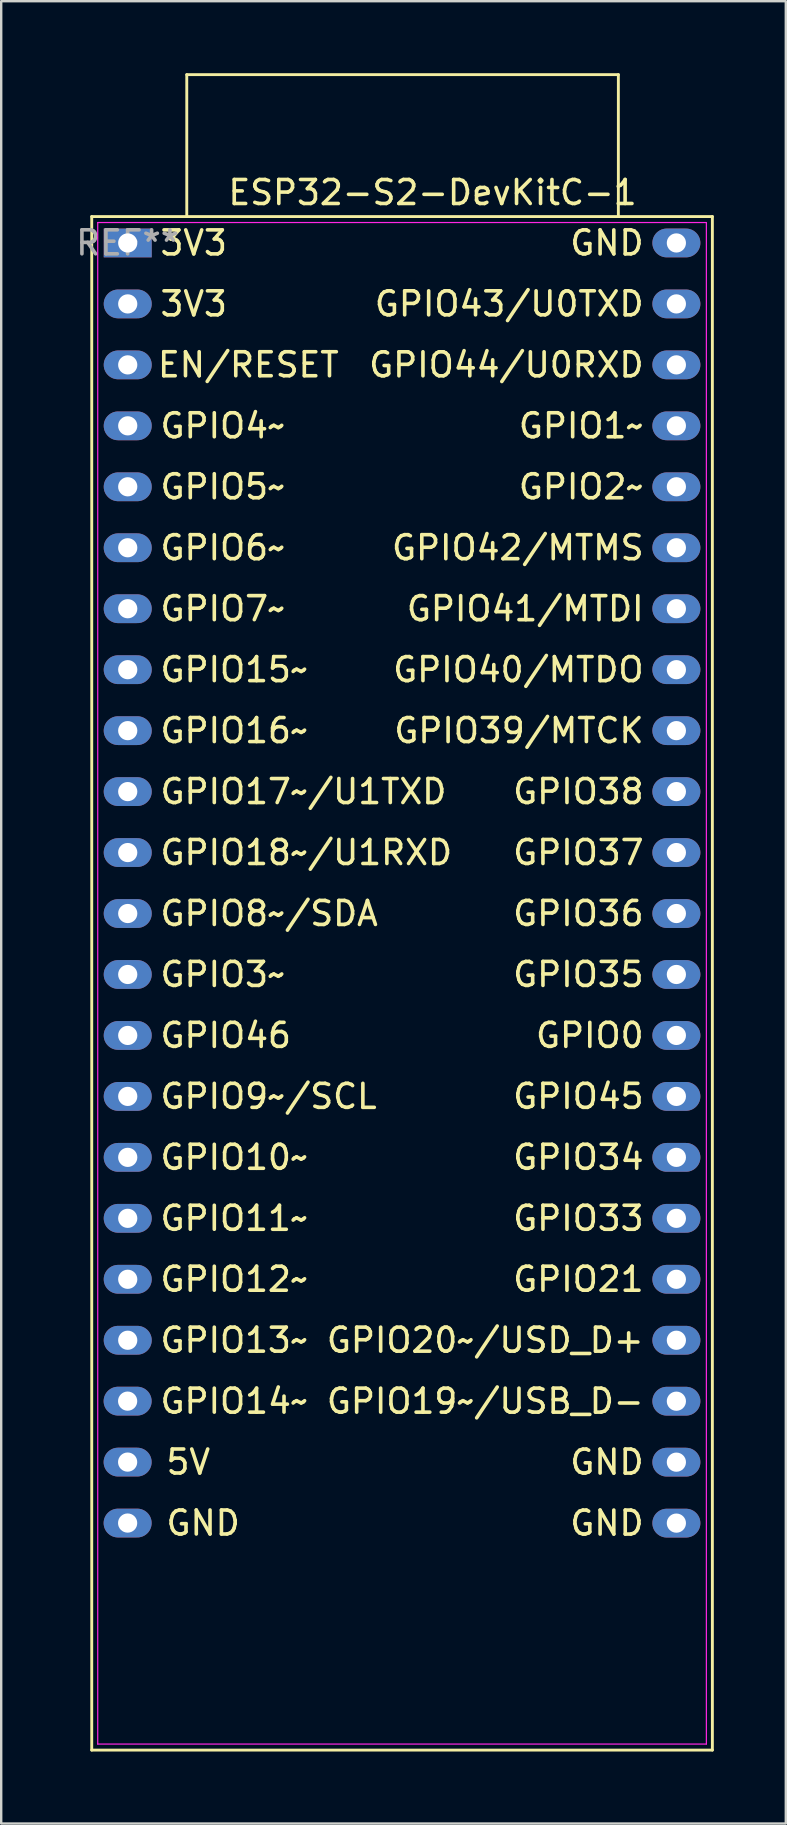
<source format=kicad_pcb>
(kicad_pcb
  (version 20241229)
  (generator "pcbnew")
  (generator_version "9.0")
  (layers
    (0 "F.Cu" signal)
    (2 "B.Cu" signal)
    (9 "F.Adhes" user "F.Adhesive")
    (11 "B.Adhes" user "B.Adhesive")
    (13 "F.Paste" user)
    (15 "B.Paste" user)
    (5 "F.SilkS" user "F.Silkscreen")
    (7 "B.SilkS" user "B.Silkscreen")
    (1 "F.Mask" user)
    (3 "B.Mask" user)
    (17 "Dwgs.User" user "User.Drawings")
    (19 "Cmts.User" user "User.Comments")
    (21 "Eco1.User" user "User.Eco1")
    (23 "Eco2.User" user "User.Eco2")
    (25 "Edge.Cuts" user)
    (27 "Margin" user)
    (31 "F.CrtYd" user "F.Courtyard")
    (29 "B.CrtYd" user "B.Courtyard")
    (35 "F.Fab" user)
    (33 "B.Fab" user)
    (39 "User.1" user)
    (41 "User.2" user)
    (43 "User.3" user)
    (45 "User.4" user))
  (footprint "ESP32-S2-DevKitC-1"
    (layer "F.Cu")
    (at 2.272 7.073)
    (property "Reference" "ESP32-S2-DevKitC-1" (at 12.7 -2.1 0) (layer "F.SilkS") (effects (font (size 1 1) (thickness 0.15))))
    (attr through_hole)
    (fp_line (start -1.5 62.797) (end 24.36 62.797) (stroke (width 0.12) (type solid)) (layer "F.SilkS"))
    (fp_line (start -1.5 -1.1) (end -1.5 62.797) (stroke (width 0.12) (type solid)) (layer "F.SilkS"))
    (fp_line (start 2.46 -7.013) (end 20.443 -7.013) (stroke (width 0.12) (type solid)) (layer "F.SilkS"))
    (fp_line (start 2.46 -1.12) (end 2.46 -7.013) (stroke (width 0.12) (type solid)) (layer "F.SilkS"))
    (fp_line (start 20.443 -7.013) (end 20.443 -1.12) (stroke (width 0.12) (type solid)) (layer "F.SilkS"))
    (fp_line (start 24.36 62.797) (end 24.36 -1.1) (stroke (width 0.12) (type solid)) (layer "F.SilkS"))
    (fp_line (start 24.36 -1.1) (end -1.5 -1.1) (stroke (width 0.12) (type solid)) (layer "F.SilkS"))
    (fp_line (start -1.25 -0.85) (end 24.11 -0.85) (stroke (width 0.05) (type solid)) (layer "F.CrtYd"))
    (fp_line (start -1.25 62.547) (end -1.25 -0.85) (stroke (width 0.05) (type solid)) (layer "F.CrtYd"))
    (fp_line (start 24.11 -0.85) (end 24.11 62.547) (stroke (width 0.05) (type solid)) (layer "F.CrtYd"))
    (fp_line (start 24.11 62.547) (end -1.25 62.547) (stroke (width 0.05) (type solid)) (layer "F.CrtYd"))
    (fp_text user "GPIO1~" (at 21.59 7.62 0) (unlocked yes) (layer "F.SilkS") (effects (font (size 1 1) (thickness 0.15)) (justify right)))
    (fp_text user "GPIO43/U0TXD" (at 21.59 2.54 0) (unlocked yes) (layer "F.SilkS") (effects (font (size 1 1) (thickness 0.15)) (justify right)))
    (fp_text user "GPIO5~" (at 1.27 10.16 0) (unlocked yes) (layer "F.SilkS") (effects (font (size 1 1) (thickness 0.15)) (justify left)))
    (fp_text user "GPIO3~" (at 1.27 30.48 0) (unlocked yes) (layer "F.SilkS") (effects (font (size 1 1) (thickness 0.15)) (justify left)))
    (fp_text user "GPIO21" (at 21.59 43.18 0) (unlocked yes) (layer "F.SilkS") (effects (font (size 1 1) (thickness 0.15)) (justify right)))
    (fp_text user "GPIO9~/SCL" (at 1.27 35.56 0) (unlocked yes) (layer "F.SilkS") (effects (font (size 1 1) (thickness 0.15)) (justify left)))
    (fp_text user "GPIO41/MTDI" (at 21.59 15.24 0) (unlocked yes) (layer "F.SilkS") (effects (font (size 1 1) (thickness 0.15)) (justify right)))
    (fp_text user "GND" (at 21.59 50.8 0) (unlocked yes) (layer "F.SilkS") (effects (font (size 1 1) (thickness 0.15)) (justify right)))
    (fp_text user "GND" (at 1.52 53.337 0) (unlocked yes) (layer "F.SilkS") (effects (font (size 1 1) (thickness 0.15)) (justify left)))
    (fp_text user "GPIO6~" (at 1.27 12.7 0) (unlocked yes) (layer "F.SilkS") (effects (font (size 1 1) (thickness 0.15)) (justify left)))
    (fp_text user "GND" (at 21.59 0 0) (unlocked yes) (layer "F.SilkS") (effects (font (size 1 1) (thickness 0.15)) (justify right)))
    (fp_text user "GPIO35" (at 21.59 30.48 0) (unlocked yes) (layer "F.SilkS") (effects (font (size 1 1) (thickness 0.15)) (justify right)))
    (fp_text user "GPIO37" (at 21.59 25.4 0) (unlocked yes) (layer "F.SilkS") (effects (font (size 1 1) (thickness 0.15)) (justify right)))
    (fp_text user "GPIO42/MTMS" (at 21.59 12.7 0) (unlocked yes) (layer "F.SilkS") (effects (font (size 1 1) (thickness 0.15)) (justify right)))
    (fp_text user "GPIO16~" (at 1.27 20.32 0) (unlocked yes) (layer "F.SilkS") (effects (font (size 1 1) (thickness 0.15)) (justify left)))
    (fp_text user "GPIO20~/USD_D+" (at 21.59 45.72 0) (unlocked yes) (layer "F.SilkS") (effects (font (size 1 1) (thickness 0.15)) (justify right)))
    (fp_text user "GPIO14~" (at 1.27 48.26 0) (unlocked yes) (layer "F.SilkS") (effects (font (size 1 1) (thickness 0.15)) (justify left)))
    (fp_text user "GPIO39/MTCK" (at 21.59 20.32 0) (unlocked yes) (layer "F.SilkS") (effects (font (size 1 1) (thickness 0.15)) (justify right)))
    (fp_text user "GPIO46" (at 1.27 33.02 0) (unlocked yes) (layer "F.SilkS") (effects (font (size 1 1) (thickness 0.15)) (justify left)))
    (fp_text user "GPIO13~" (at 1.27 45.72 0) (unlocked yes) (layer "F.SilkS") (effects (font (size 1 1) (thickness 0.15)) (justify left)))
    (fp_text user "GPIO17~/U1TXD" (at 1.27 22.86 0) (unlocked yes) (layer "F.SilkS") (effects (font (size 1 1) (thickness 0.15)) (justify left)))
    (fp_text user "5V" (at 1.52 50.797 0) (unlocked yes) (layer "F.SilkS") (effects (font (size 1 1) (thickness 0.15)) (justify left)))
    (fp_text user "EN/RESET" (at 8.886 5.077 0) (unlocked yes) (layer "F.SilkS") (effects (font (size 1 1) (thickness 0.15)) (justify right)))
    (fp_text user "GPIO44/U0RXD" (at 21.59 5.08 0) (unlocked yes) (layer "F.SilkS") (effects (font (size 1 1) (thickness 0.15)) (justify right)))
    (fp_text user "GPIO2~" (at 21.59 10.16 0) (unlocked yes) (layer "F.SilkS") (effects (font (size 1 1) (thickness 0.15)) (justify right)))
    (fp_text user "GPIO38" (at 21.59 22.86 0) (unlocked yes) (layer "F.SilkS") (effects (font (size 1 1) (thickness 0.15)) (justify right)))
    (fp_text user "GPIO7~" (at 1.27 15.24 0) (unlocked yes) (layer "F.SilkS") (effects (font (size 1 1) (thickness 0.15)) (justify left)))
    (fp_text user "GPIO45" (at 21.59 35.56 0) (unlocked yes) (layer "F.SilkS") (effects (font (size 1 1) (thickness 0.15)) (justify right)))
    (fp_text user "GPIO18~/U1RXD" (at 1.27 25.4 0) (unlocked yes) (layer "F.SilkS") (effects (font (size 1 1) (thickness 0.15)) (justify left)))
    (fp_text user "GPIO12~" (at 1.27 43.18 0) (unlocked yes) (layer "F.SilkS") (effects (font (size 1 1) (thickness 0.15)) (justify left)))
    (fp_text user "GPIO0" (at 21.59 33.02 0) (unlocked yes) (layer "F.SilkS") (effects (font (size 1 1) (thickness 0.15)) (justify right)))
    (fp_text user "GPIO34" (at 21.59 38.1 0) (unlocked yes) (layer "F.SilkS") (effects (font (size 1 1) (thickness 0.15)) (justify right)))
    (fp_text user "GPIO8~/SDA" (at 1.27 27.94 0) (unlocked yes) (layer "F.SilkS") (effects (font (size 1 1) (thickness 0.15)) (justify left)))
    (fp_text user "3V3" (at 1.27 0 0) (unlocked yes) (layer "F.SilkS") (effects (font (size 1 1) (thickness 0.15)) (justify left)))
    (fp_text user "3V3" (at 1.27 2.54 0) (unlocked yes) (layer "F.SilkS") (effects (font (size 1 1) (thickness 0.15)) (justify left)))
    (fp_text user "GPIO33" (at 21.59 40.64 0) (unlocked yes) (layer "F.SilkS") (effects (font (size 1 1) (thickness 0.15)) (justify right)))
    (fp_text user "GPIO10~" (at 1.27 38.1 0) (unlocked yes) (layer "F.SilkS") (effects (font (size 1 1) (thickness 0.15)) (justify left)))
    (fp_text user "GND" (at 21.59 53.34 0) (unlocked yes) (layer "F.SilkS") (effects (font (size 1 1) (thickness 0.15)) (justify right)))
    (fp_text user "GPIO4~" (at 1.27 7.62 0) (unlocked yes) (layer "F.SilkS") (effects (font (size 1 1) (thickness 0.15)) (justify left)))
    (fp_text user "GPIO15~" (at 1.27 17.78 0) (unlocked yes) (layer "F.SilkS") (effects (font (size 1 1) (thickness 0.15)) (justify left)))
    (fp_text user "GPIO19~/USB_D-" (at 21.59 48.26 0) (unlocked yes) (layer "F.SilkS") (effects (font (size 1 1) (thickness 0.15)) (justify right)))
    (fp_text user "GPIO11~" (at 1.27 40.64 0) (unlocked yes) (layer "F.SilkS") (effects (font (size 1 1) (thickness 0.15)) (justify left)))
    (fp_text user "GPIO36" (at 21.59 27.94 0) (unlocked yes) (layer "F.SilkS") (effects (font (size 1 1) (thickness 0.15)) (justify right)))
    (fp_text user "GPIO40/MTDO" (at 21.59 17.78 0) (unlocked yes) (layer "F.SilkS") (effects (font (size 1 1) (thickness 0.15)) (justify right)))
    (fp_text user "REF**" (at -0.004 -0.003 0) (layer "F.Fab") (effects (font (size 1 1) (thickness 0.15))))
    (pad "1" thru_hole rect (at 0 0 270) (size 1.2 2) (drill 0.8) (layers "*.Cu" "*.Mask"))
    (pad "2" thru_hole oval (at 0 2.54 270) (size 1.2 2) (drill 0.8) (layers "*.Cu" "*.Mask"))
    (pad "3" thru_hole oval (at 0 5.08 270) (size 1.2 2) (drill 0.8) (layers "*.Cu" "*.Mask"))
    (pad "4" thru_hole oval (at 0 7.62 270) (size 1.2 2) (drill 0.8) (layers "*.Cu" "*.Mask"))
    (pad "5" thru_hole oval (at 0 10.16 270) (size 1.2 2) (drill 0.8) (layers "*.Cu" "*.Mask"))
    (pad "6" thru_hole oval (at 0 12.7 270) (size 1.2 2) (drill 0.8) (layers "*.Cu" "*.Mask"))
    (pad "7" thru_hole oval (at 0 15.24 270) (size 1.2 2) (drill 0.8) (layers "*.Cu" "*.Mask"))
    (pad "8" thru_hole oval (at 0 17.78 270) (size 1.2 2) (drill 0.8) (layers "*.Cu" "*.Mask"))
    (pad "9" thru_hole oval (at 0 20.32 270) (size 1.2 2) (drill 0.8) (layers "*.Cu" "*.Mask"))
    (pad "10" thru_hole oval (at 0 22.86 270) (size 1.2 2) (drill 0.8) (layers "*.Cu" "*.Mask"))
    (pad "11" thru_hole oval (at 0 25.4 270) (size 1.2 2) (drill 0.8) (layers "*.Cu" "*.Mask"))
    (pad "12" thru_hole oval (at 0 27.94 270) (size 1.2 2) (drill 0.8) (layers "*.Cu" "*.Mask"))
    (pad "13" thru_hole oval (at 0 30.48 270) (size 1.2 2) (drill 0.8) (layers "*.Cu" "*.Mask"))
    (pad "14" thru_hole oval (at 0 33.02 270) (size 1.2 2) (drill 0.8) (layers "*.Cu" "*.Mask"))
    (pad "15" thru_hole oval (at 0 35.56 270) (size 1.2 2) (drill 0.8) (layers "*.Cu" "*.Mask"))
    (pad "16" thru_hole oval (at 0 38.1 270) (size 1.2 2) (drill 0.8) (layers "*.Cu" "*.Mask"))
    (pad "17" thru_hole oval (at 0 40.64 270) (size 1.2 2) (drill 0.8) (layers "*.Cu" "*.Mask"))
    (pad "18" thru_hole oval (at 0 43.18 270) (size 1.2 2) (drill 0.8) (layers "*.Cu" "*.Mask"))
    (pad "19" thru_hole oval (at 0 45.72 270) (size 1.2 2) (drill 0.8) (layers "*.Cu" "*.Mask"))
    (pad "20" thru_hole oval (at -0.004 48.257 270) (size 1.2 2) (drill 0.8) (layers "*.Cu" "*.Mask"))
    (pad "21" thru_hole oval (at -0.004 50.797 270) (size 1.2 2) (drill 0.8) (layers "*.Cu" "*.Mask"))
    (pad "22" thru_hole oval (at -0.004 53.337 270) (size 1.2 2) (drill 0.8) (layers "*.Cu" "*.Mask"))
    (pad "23" thru_hole oval (at 22.86 53.34 270) (size 1.2 2) (drill 0.8) (layers "*.Cu" "*.Mask"))
    (pad "24" thru_hole oval (at 22.86 50.8 270) (size 1.2 2) (drill 0.8) (layers "*.Cu" "*.Mask"))
    (pad "25" thru_hole oval (at 22.86 48.26 270) (size 1.2 2) (drill 0.8) (layers "*.Cu" "*.Mask"))
    (pad "26" thru_hole oval (at 22.86 45.72 270) (size 1.2 2) (drill 0.8) (layers "*.Cu" "*.Mask"))
    (pad "27" thru_hole oval (at 22.86 43.18 270) (size 1.2 2) (drill 0.8) (layers "*.Cu" "*.Mask"))
    (pad "28" thru_hole oval (at 22.86 40.64 270) (size 1.2 2) (drill 0.8) (layers "*.Cu" "*.Mask"))
    (pad "29" thru_hole oval (at 22.86 38.1 270) (size 1.2 2) (drill 0.8) (layers "*.Cu" "*.Mask"))
    (pad "30" thru_hole oval (at 22.86 35.56 270) (size 1.2 2) (drill 0.8) (layers "*.Cu" "*.Mask"))
    (pad "31" thru_hole oval (at 22.86 33.02 270) (size 1.2 2) (drill 0.8) (layers "*.Cu" "*.Mask"))
    (pad "32" thru_hole oval (at 22.86 30.48 270) (size 1.2 2) (drill 0.8) (layers "*.Cu" "*.Mask"))
    (pad "33" thru_hole oval (at 22.86 27.94 270) (size 1.2 2) (drill 0.8) (layers "*.Cu" "*.Mask"))
    (pad "34" thru_hole oval (at 22.86 25.4 270) (size 1.2 2) (drill 0.8) (layers "*.Cu" "*.Mask"))
    (pad "35" thru_hole oval (at 22.86 22.86 270) (size 1.2 2) (drill 0.8) (layers "*.Cu" "*.Mask"))
    (pad "36" thru_hole oval (at 22.86 20.32 270) (size 1.2 2) (drill 0.8) (layers "*.Cu" "*.Mask"))
    (pad "37" thru_hole oval (at 22.86 17.78 270) (size 1.2 2) (drill 0.8) (layers "*.Cu" "*.Mask"))
    (pad "38" thru_hole oval (at 22.86 15.24 270) (size 1.2 2) (drill 0.8) (layers "*.Cu" "*.Mask"))
    (pad "39" thru_hole oval (at 22.86 12.7 270) (size 1.2 2) (drill 0.8) (layers "*.Cu" "*.Mask"))
    (pad "40" thru_hole oval (at 22.86 10.16 270) (size 1.2 2) (drill 0.8) (layers "*.Cu" "*.Mask"))
    (pad "41" thru_hole oval (at 22.86 7.62 270) (size 1.2 2) (drill 0.8) (layers "*.Cu" "*.Mask"))
    (pad "42" thru_hole oval (at 22.86 5.08 270) (size 1.2 2) (drill 0.8) (layers "*.Cu" "*.Mask"))
    (pad "43" thru_hole oval (at 22.86 2.54 270) (size 1.2 2) (drill 0.8) (layers "*.Cu" "*.Mask"))
    (pad "44" thru_hole oval (at 22.86 0 270) (size 1.2 2) (drill 0.8) (layers "*.Cu" "*.Mask")))
  (gr_rect
    (start -3 -3)
    (end 29.692 72.93)
    (stroke (width 0.1) (type default))
    (fill no)
    (layer "Edge.Cuts")))
</source>
